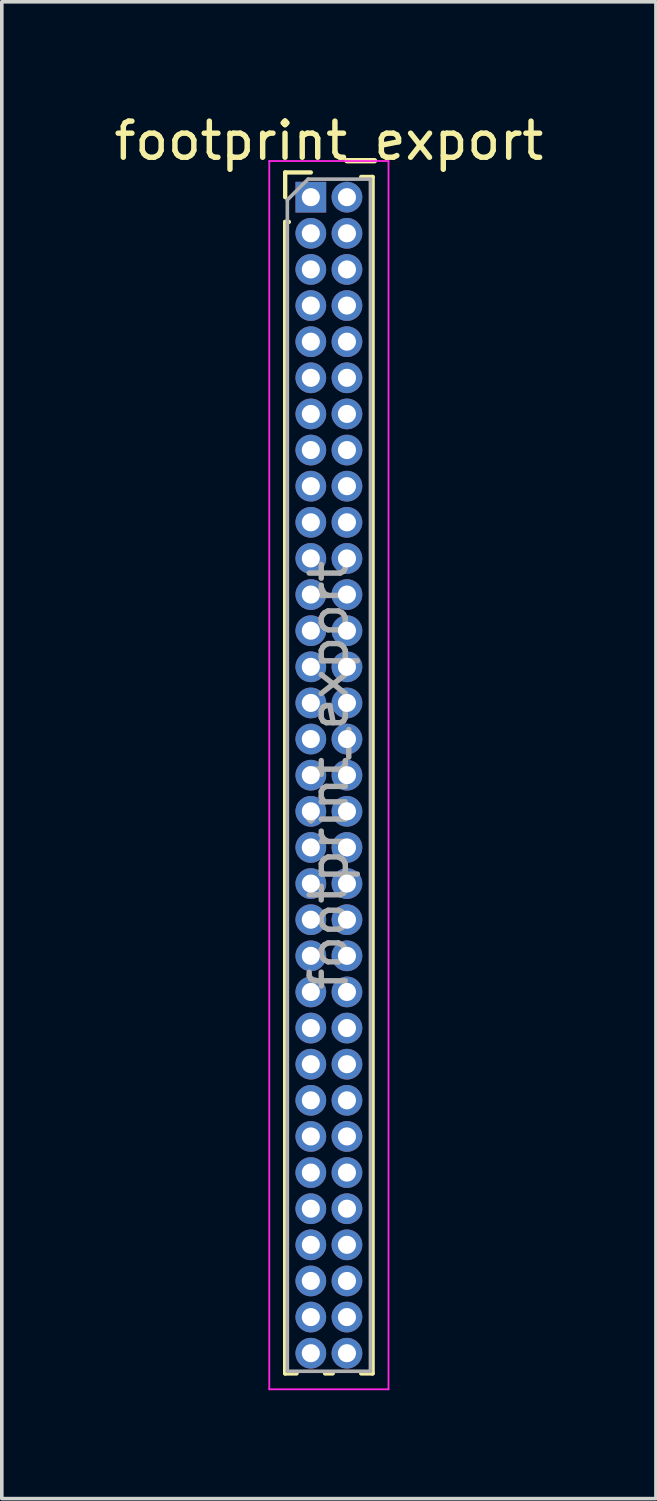
<source format=kicad_pcb>
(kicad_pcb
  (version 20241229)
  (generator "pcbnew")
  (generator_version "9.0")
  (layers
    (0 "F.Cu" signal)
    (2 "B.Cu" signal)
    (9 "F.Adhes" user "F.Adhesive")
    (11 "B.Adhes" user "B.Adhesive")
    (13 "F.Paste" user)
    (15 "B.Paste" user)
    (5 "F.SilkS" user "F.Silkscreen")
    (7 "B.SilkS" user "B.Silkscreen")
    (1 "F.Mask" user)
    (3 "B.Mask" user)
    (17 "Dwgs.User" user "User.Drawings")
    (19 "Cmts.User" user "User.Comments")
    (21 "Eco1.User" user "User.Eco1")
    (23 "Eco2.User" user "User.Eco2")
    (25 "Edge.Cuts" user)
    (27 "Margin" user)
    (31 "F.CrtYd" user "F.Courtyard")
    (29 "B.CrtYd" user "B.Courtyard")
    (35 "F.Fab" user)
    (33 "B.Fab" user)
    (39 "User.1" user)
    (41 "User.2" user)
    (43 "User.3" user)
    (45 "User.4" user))
  (footprint "footprint_export"
    (layer "F.Cu")
    (at 5.554 2.408)
    (property "Reference" "footprint_export" (at 0.5 -1.56 0) (layer "F.SilkS") (effects (font (size 1 1) (thickness 0.15))))
    (attr through_hole)
    (fp_line (start -0.71 -0.685) (end 0 -0.685) (stroke (width 0.12) (type solid)) (layer "F.SilkS"))
    (fp_line (start -0.71 0) (end -0.71 -0.685) (stroke (width 0.12) (type solid)) (layer "F.SilkS"))
    (fp_line (start -0.71 0.685) (end -0.71 32.56) (stroke (width 0.12) (type solid)) (layer "F.SilkS"))
    (fp_line (start -0.71 0.685) (end -0.608 0.685) (stroke (width 0.12) (type solid)) (layer "F.SilkS"))
    (fp_line (start -0.71 32.56) (end -0.394 32.56) (stroke (width 0.12) (type solid)) (layer "F.SilkS"))
    (fp_line (start 0.394 32.56) (end 0.606 32.56) (stroke (width 0.12) (type solid)) (layer "F.SilkS"))
    (fp_line (start 1.394 -0.56) (end 1.71 -0.56) (stroke (width 0.12) (type solid)) (layer "F.SilkS"))
    (fp_line (start 1.394 32.56) (end 1.71 32.56) (stroke (width 0.12) (type solid)) (layer "F.SilkS"))
    (fp_line (start 1.71 -0.56) (end 1.71 32.56) (stroke (width 0.12) (type solid)) (layer "F.SilkS"))
    (fp_line (start -1.15 -1) (end -1.15 33) (stroke (width 0.05) (type solid)) (layer "F.CrtYd"))
    (fp_line (start -1.15 33) (end 2.15 33) (stroke (width 0.05) (type solid)) (layer "F.CrtYd"))
    (fp_line (start 2.15 -1) (end -1.15 -1) (stroke (width 0.05) (type solid)) (layer "F.CrtYd"))
    (fp_line (start 2.15 33) (end 2.15 -1) (stroke (width 0.05) (type solid)) (layer "F.CrtYd"))
    (fp_line (start -0.65 0.075) (end -0.075 -0.5) (stroke (width 0.1) (type solid)) (layer "F.Fab"))
    (fp_line (start -0.65 32.5) (end -0.65 0.075) (stroke (width 0.1) (type solid)) (layer "F.Fab"))
    (fp_line (start -0.075 -0.5) (end 1.65 -0.5) (stroke (width 0.1) (type solid)) (layer "F.Fab"))
    (fp_line (start 1.65 -0.5) (end 1.65 32.5) (stroke (width 0.1) (type solid)) (layer "F.Fab"))
    (fp_line (start 1.65 32.5) (end -0.65 32.5) (stroke (width 0.1) (type solid)) (layer "F.Fab"))
    (fp_text user "${REFERENCE}" (at 0.5 16 90) (layer "F.Fab") (effects (font (size 1 1) (thickness 0.15))))
    (pad "1" thru_hole rect (at 0 0) (size 0.85 0.85) (drill 0.5) (layers "*.Cu" "*.Mask"))
    (pad "2" thru_hole oval (at 1 0) (size 0.85 0.85) (drill 0.5) (layers "*.Cu" "*.Mask"))
    (pad "3" thru_hole oval (at 0 1) (size 0.85 0.85) (drill 0.5) (layers "*.Cu" "*.Mask"))
    (pad "4" thru_hole oval (at 1 1) (size 0.85 0.85) (drill 0.5) (layers "*.Cu" "*.Mask"))
    (pad "5" thru_hole oval (at 0 2) (size 0.85 0.85) (drill 0.5) (layers "*.Cu" "*.Mask"))
    (pad "6" thru_hole oval (at 1 2) (size 0.85 0.85) (drill 0.5) (layers "*.Cu" "*.Mask"))
    (pad "7" thru_hole oval (at 0 3) (size 0.85 0.85) (drill 0.5) (layers "*.Cu" "*.Mask"))
    (pad "8" thru_hole oval (at 1 3) (size 0.85 0.85) (drill 0.5) (layers "*.Cu" "*.Mask"))
    (pad "9" thru_hole oval (at 0 4) (size 0.85 0.85) (drill 0.5) (layers "*.Cu" "*.Mask"))
    (pad "10" thru_hole oval (at 1 4) (size 0.85 0.85) (drill 0.5) (layers "*.Cu" "*.Mask"))
    (pad "11" thru_hole oval (at 0 5) (size 0.85 0.85) (drill 0.5) (layers "*.Cu" "*.Mask"))
    (pad "12" thru_hole oval (at 1 5) (size 0.85 0.85) (drill 0.5) (layers "*.Cu" "*.Mask"))
    (pad "13" thru_hole oval (at 0 6) (size 0.85 0.85) (drill 0.5) (layers "*.Cu" "*.Mask"))
    (pad "14" thru_hole oval (at 1 6) (size 0.85 0.85) (drill 0.5) (layers "*.Cu" "*.Mask"))
    (pad "15" thru_hole oval (at 0 7) (size 0.85 0.85) (drill 0.5) (layers "*.Cu" "*.Mask"))
    (pad "16" thru_hole oval (at 1 7) (size 0.85 0.85) (drill 0.5) (layers "*.Cu" "*.Mask"))
    (pad "17" thru_hole oval (at 0 8) (size 0.85 0.85) (drill 0.5) (layers "*.Cu" "*.Mask"))
    (pad "18" thru_hole oval (at 1 8) (size 0.85 0.85) (drill 0.5) (layers "*.Cu" "*.Mask"))
    (pad "19" thru_hole oval (at 0 9) (size 0.85 0.85) (drill 0.5) (layers "*.Cu" "*.Mask"))
    (pad "20" thru_hole oval (at 1 9) (size 0.85 0.85) (drill 0.5) (layers "*.Cu" "*.Mask"))
    (pad "21" thru_hole oval (at 0 10) (size 0.85 0.85) (drill 0.5) (layers "*.Cu" "*.Mask"))
    (pad "22" thru_hole oval (at 1 10) (size 0.85 0.85) (drill 0.5) (layers "*.Cu" "*.Mask"))
    (pad "23" thru_hole oval (at 0 11) (size 0.85 0.85) (drill 0.5) (layers "*.Cu" "*.Mask"))
    (pad "24" thru_hole oval (at 1 11) (size 0.85 0.85) (drill 0.5) (layers "*.Cu" "*.Mask"))
    (pad "25" thru_hole oval (at 0 12) (size 0.85 0.85) (drill 0.5) (layers "*.Cu" "*.Mask"))
    (pad "26" thru_hole oval (at 1 12) (size 0.85 0.85) (drill 0.5) (layers "*.Cu" "*.Mask"))
    (pad "27" thru_hole oval (at 0 13) (size 0.85 0.85) (drill 0.5) (layers "*.Cu" "*.Mask"))
    (pad "28" thru_hole oval (at 1 13) (size 0.85 0.85) (drill 0.5) (layers "*.Cu" "*.Mask"))
    (pad "29" thru_hole oval (at 0 14) (size 0.85 0.85) (drill 0.5) (layers "*.Cu" "*.Mask"))
    (pad "30" thru_hole oval (at 1 14) (size 0.85 0.85) (drill 0.5) (layers "*.Cu" "*.Mask"))
    (pad "31" thru_hole oval (at 0 15) (size 0.85 0.85) (drill 0.5) (layers "*.Cu" "*.Mask"))
    (pad "32" thru_hole oval (at 1 15) (size 0.85 0.85) (drill 0.5) (layers "*.Cu" "*.Mask"))
    (pad "33" thru_hole oval (at 0 16) (size 0.85 0.85) (drill 0.5) (layers "*.Cu" "*.Mask"))
    (pad "34" thru_hole oval (at 1 16) (size 0.85 0.85) (drill 0.5) (layers "*.Cu" "*.Mask"))
    (pad "35" thru_hole oval (at 0 17) (size 0.85 0.85) (drill 0.5) (layers "*.Cu" "*.Mask"))
    (pad "36" thru_hole oval (at 1 17) (size 0.85 0.85) (drill 0.5) (layers "*.Cu" "*.Mask"))
    (pad "37" thru_hole oval (at 0 18) (size 0.85 0.85) (drill 0.5) (layers "*.Cu" "*.Mask"))
    (pad "38" thru_hole oval (at 1 18) (size 0.85 0.85) (drill 0.5) (layers "*.Cu" "*.Mask"))
    (pad "39" thru_hole oval (at 0 19) (size 0.85 0.85) (drill 0.5) (layers "*.Cu" "*.Mask"))
    (pad "40" thru_hole oval (at 1 19) (size 0.85 0.85) (drill 0.5) (layers "*.Cu" "*.Mask"))
    (pad "41" thru_hole oval (at 0 20) (size 0.85 0.85) (drill 0.5) (layers "*.Cu" "*.Mask"))
    (pad "42" thru_hole oval (at 1 20) (size 0.85 0.85) (drill 0.5) (layers "*.Cu" "*.Mask"))
    (pad "43" thru_hole oval (at 0 21) (size 0.85 0.85) (drill 0.5) (layers "*.Cu" "*.Mask"))
    (pad "44" thru_hole oval (at 1 21) (size 0.85 0.85) (drill 0.5) (layers "*.Cu" "*.Mask"))
    (pad "45" thru_hole oval (at 0 22) (size 0.85 0.85) (drill 0.5) (layers "*.Cu" "*.Mask"))
    (pad "46" thru_hole oval (at 1 22) (size 0.85 0.85) (drill 0.5) (layers "*.Cu" "*.Mask"))
    (pad "47" thru_hole oval (at 0 23) (size 0.85 0.85) (drill 0.5) (layers "*.Cu" "*.Mask"))
    (pad "48" thru_hole oval (at 1 23) (size 0.85 0.85) (drill 0.5) (layers "*.Cu" "*.Mask"))
    (pad "49" thru_hole oval (at 0 24) (size 0.85 0.85) (drill 0.5) (layers "*.Cu" "*.Mask"))
    (pad "50" thru_hole oval (at 1 24) (size 0.85 0.85) (drill 0.5) (layers "*.Cu" "*.Mask"))
    (pad "51" thru_hole oval (at 0 25) (size 0.85 0.85) (drill 0.5) (layers "*.Cu" "*.Mask"))
    (pad "52" thru_hole oval (at 1 25) (size 0.85 0.85) (drill 0.5) (layers "*.Cu" "*.Mask"))
    (pad "53" thru_hole oval (at 0 26) (size 0.85 0.85) (drill 0.5) (layers "*.Cu" "*.Mask"))
    (pad "54" thru_hole oval (at 1 26) (size 0.85 0.85) (drill 0.5) (layers "*.Cu" "*.Mask"))
    (pad "55" thru_hole oval (at 0 27) (size 0.85 0.85) (drill 0.5) (layers "*.Cu" "*.Mask"))
    (pad "56" thru_hole oval (at 1 27) (size 0.85 0.85) (drill 0.5) (layers "*.Cu" "*.Mask"))
    (pad "57" thru_hole oval (at 0 28) (size 0.85 0.85) (drill 0.5) (layers "*.Cu" "*.Mask"))
    (pad "58" thru_hole oval (at 1 28) (size 0.85 0.85) (drill 0.5) (layers "*.Cu" "*.Mask"))
    (pad "59" thru_hole oval (at 0 29) (size 0.85 0.85) (drill 0.5) (layers "*.Cu" "*.Mask"))
    (pad "60" thru_hole oval (at 1 29) (size 0.85 0.85) (drill 0.5) (layers "*.Cu" "*.Mask"))
    (pad "61" thru_hole oval (at 0 30) (size 0.85 0.85) (drill 0.5) (layers "*.Cu" "*.Mask"))
    (pad "62" thru_hole oval (at 1 30) (size 0.85 0.85) (drill 0.5) (layers "*.Cu" "*.Mask"))
    (pad "63" thru_hole oval (at 0 31) (size 0.85 0.85) (drill 0.5) (layers "*.Cu" "*.Mask"))
    (pad "64" thru_hole oval (at 1 31) (size 0.85 0.85) (drill 0.5) (layers "*.Cu" "*.Mask"))
    (pad "65" thru_hole oval (at 0 32) (size 0.85 0.85) (drill 0.5) (layers "*.Cu" "*.Mask"))
    (pad "66" thru_hole oval (at 1 32) (size 0.85 0.85) (drill 0.5) (layers "*.Cu" "*.Mask")))
  (gr_rect
    (start -3 -3)
    (end 15.107 38.433)
    (stroke (width 0.1) (type default))
    (fill no)
    (layer "Edge.Cuts")))
</source>
